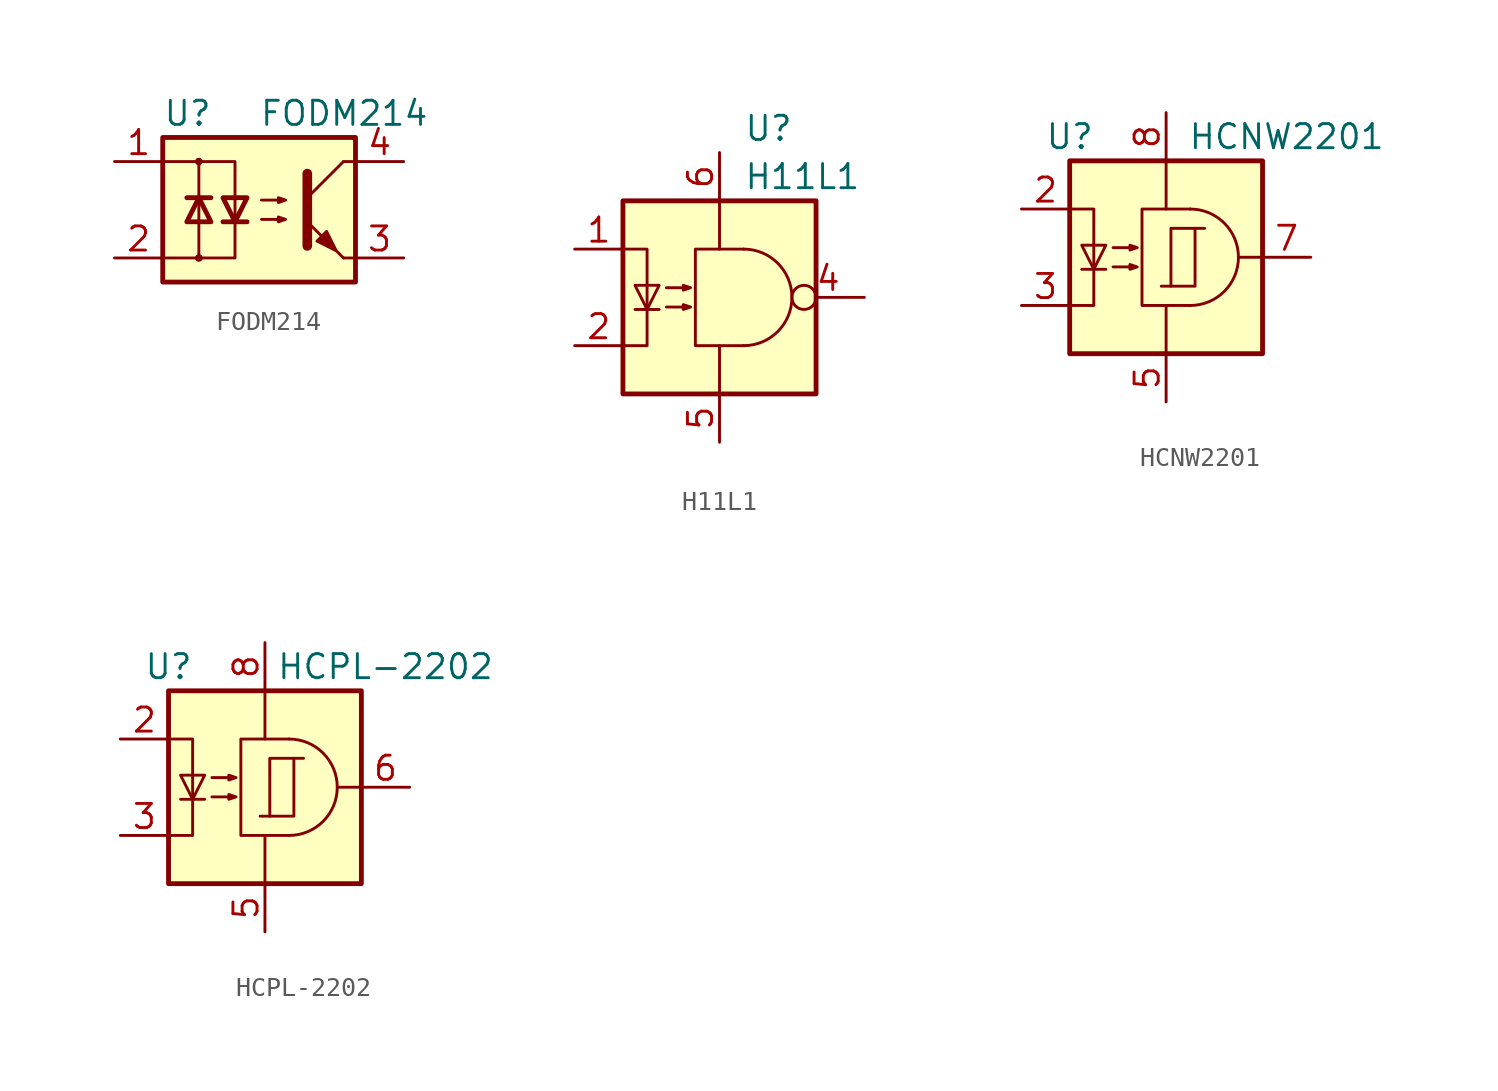
<source format=kicad_sym>
(kicad_symbol_lib
  (version 20220914)
  (generator kicad_symbol_editor)
  (symbol "FODM214"
    (property "Reference" "U"
      (at -5.08 5.08 0)
      (effects (font (size 1.27 1.27)) (justify left)))
    (property "Value" "FODM214"
      (at 0 5.08 0)
      (effects (font (size 1.27 1.27)) (justify left)))
    (symbol "FODM214_0_1"
      (rectangle (start -5.08 3.81) (end 5.08 -3.81) (stroke (width 0.254) (type default)) (fill (type background)))
      (circle (center -3.175 -2.54) (radius 0.127) (stroke (width 0) (type default)) (fill (type none)))
      (circle (center -3.175 2.54) (radius 0.127) (stroke (width 0) (type default)) (fill (type none)))
      (polyline (pts (xy -3.81 0.635) (xy -2.54 0.635)) (stroke (width 0.254) (type default)) (fill (type none)))
      (polyline (pts (xy -3.175 -0.635) (xy -3.175 -2.54)) (stroke (width 0) (type default)) (fill (type none)))
      (polyline (pts (xy -3.175 -0.635) (xy -3.175 2.54)) (stroke (width 0) (type default)) (fill (type none)))
      (polyline (pts (xy -1.905 -0.635) (xy -0.635 -0.635)) (stroke (width 0.254) (type default)) (fill (type none)))
      (polyline (pts (xy 2.54 0.635) (xy 4.445 2.54)) (stroke (width 0) (type default)) (fill (type none)))
      (polyline (pts (xy 4.445 -2.54) (xy 2.54 -0.635)) (stroke (width 0) (type default)) (fill (type outline)))
      (polyline (pts (xy 4.445 -2.54) (xy 5.08 -2.54)) (stroke (width 0) (type default)) (fill (type none)))
      (polyline (pts (xy 4.445 2.54) (xy 5.08 2.54)) (stroke (width 0) (type default)) (fill (type none)))
      (polyline (pts (xy -5.08 2.54) (xy -1.27 2.54) (xy -1.27 -0.635)) (stroke (width 0) (type default)) (fill (type none)))
      (polyline (pts (xy -1.27 -0.635) (xy -1.27 -2.54) (xy -5.08 -2.54)) (stroke (width 0) (type default)) (fill (type none)))
      (polyline (pts (xy 2.54 1.905) (xy 2.54 -1.905) (xy 2.54 -1.905)) (stroke (width 0.508) (type default)) (fill (type none)))
      (polyline (pts (xy -3.175 0.635) (xy -3.81 -0.635) (xy -2.54 -0.635) (xy -3.175 0.635)) (stroke (width 0.254) (type default)) (fill (type none)))
      (polyline (pts (xy -1.27 -0.635) (xy -1.905 0.635) (xy -0.635 0.635) (xy -1.27 -0.635)) (stroke (width 0.254) (type default)) (fill (type none)))
      (polyline (pts (xy 0.127 -0.508) (xy 1.397 -0.508) (xy 1.016 -0.635) (xy 1.016 -0.381) (xy 1.397 -0.508)) (stroke (width 0) (type default)) (fill (type none)))
      (polyline (pts (xy 0.127 0.508) (xy 1.397 0.508) (xy 1.016 0.381) (xy 1.016 0.635) (xy 1.397 0.508)) (stroke (width 0) (type default)) (fill (type none)))
      (polyline (pts (xy 3.048 -1.651) (xy 3.556 -1.143) (xy 4.064 -2.159) (xy 3.048 -1.651) (xy 3.048 -1.651)) (stroke (width 0) (type default)) (fill (type outline))))
    (symbol "FODM214_1_1"
      (pin passive line (at -7.62 2.54 0) (length 2.54) (name "~" (effects (font (size 1.27 1.27)))) (number "1" (effects (font (size 1.27 1.27)))))
      (pin passive line (at -7.62 -2.54 0) (length 2.54) (name "~" (effects (font (size 1.27 1.27)))) (number "2" (effects (font (size 1.27 1.27)))))
      (pin passive line (at 7.62 -2.54 180) (length 2.54) (name "~" (effects (font (size 1.27 1.27)))) (number "3" (effects (font (size 1.27 1.27)))))
      (pin passive line (at 7.62 2.54 180) (length 2.54) (name "~" (effects (font (size 1.27 1.27)))) (number "4" (effects (font (size 1.27 1.27)))))))
  (symbol "H11L1"
    (pin_names
      (offset 1.016))
    (property "Reference" "U"
      (at 1.27 8.89 0)
      (effects (font (size 1.27 1.27)) (justify left)))
    (property "Value" "H11L1"
      (at 1.27 6.35 0)
      (effects (font (size 1.27 1.27)) (justify left)))
    (symbol "H11L1_0_1"
      (rectangle (start -5.08 5.08) (end 5.08 -5.08) (stroke (width 0.254) (type default)) (fill (type background)))
      (polyline (pts (xy -4.445 -0.635) (xy -3.175 -0.635)) (stroke (width 0) (type default)) (fill (type none)))
      (polyline (pts (xy 0 2.54) (xy 0 5.08)) (stroke (width 0) (type default)) (fill (type none)))
      (polyline (pts (xy 0 -2.54) (xy 0 -5.08) (xy 0 -3.81)) (stroke (width 0) (type default)) (fill (type none)))
      (polyline (pts (xy -5.08 -2.54) (xy -3.81 -2.54) (xy -3.81 2.54) (xy -5.08 2.54)) (stroke (width 0) (type default)) (fill (type none)))
      (polyline (pts (xy -3.81 -0.635) (xy -4.445 0.635) (xy -3.175 0.635) (xy -3.81 -0.635)) (stroke (width 0) (type default)) (fill (type none)))
      (polyline (pts (xy 1.27 -2.54) (xy -1.27 -2.54) (xy -1.27 2.54) (xy 1.27 2.54)) (stroke (width 0) (type default)) (fill (type none)))
      (polyline (pts (xy -2.794 -0.508) (xy -1.524 -0.508) (xy -1.905 -0.635) (xy -1.905 -0.381) (xy -1.524 -0.508)) (stroke (width 0) (type default)) (fill (type none)))
      (polyline (pts (xy -2.794 0.508) (xy -1.524 0.508) (xy -1.905 0.381) (xy -1.905 0.635) (xy -1.524 0.508)) (stroke (width 0) (type default)) (fill (type none)))
      (arc (start 1.27 -2.54) (mid 3.799 0) (end 1.27 2.54) (stroke (width 0) (type default)) (fill (type none))))
    (symbol "H11L1_1_1"
      (pin passive line (at -7.62 2.54 0) (length 2.54) (name "~" (effects (font (size 1.27 1.27)))) (number "1" (effects (font (size 1.27 1.27)))))
      (pin passive line (at -7.62 -2.54 0) (length 2.54) (name "~" (effects (font (size 1.27 1.27)))) (number "2" (effects (font (size 1.27 1.27)))))
      (pin no_connect line (at -5.08 0 0) (length 2.54) hide (name "~" (effects (font (size 1.27 1.27)))) (number "3" (effects (font (size 1.27 1.27)))))
      (pin output inverted (at 7.62 0 180) (length 3.81) (name "~" (effects (font (size 1.27 1.27)))) (number "4" (effects (font (size 1.27 1.27)))))
      (pin power_in line (at 0 -7.62 90) (length 2.54) (name "~" (effects (font (size 1.27 1.27)))) (number "5" (effects (font (size 1.27 1.27)))))
      (pin power_in line (at 0 7.62 270) (length 2.54) (name "~" (effects (font (size 1.27 1.27)))) (number "6" (effects (font (size 1.27 1.27)))))))
  (symbol "HCNW2201"
    (property "Reference" "U"
      (at -5.08 6.35 0)
      (effects (font (size 1.27 1.27))))
    (property "Value" "HCNW2201"
      (at 6.35 6.35 0)
      (effects (font (size 1.27 1.27))))
    (symbol "HCNW2201_0_1"
      (polyline (pts (xy 5.08 0) (xy 3.81 0)) (stroke (width 0) (type default)) (fill (type none))))
    (symbol "HCNW2201_1_1"
      (rectangle (start -5.08 5.08) (end 5.08 -5.08) (stroke (width 0.254) (type default)) (fill (type background)))
      (polyline (pts (xy -4.445 -0.635) (xy -3.175 -0.635)) (stroke (width 0) (type default)) (fill (type none)))
      (polyline (pts (xy 0 2.54) (xy 0 5.08)) (stroke (width 0) (type default)) (fill (type none)))
      (polyline (pts (xy 0.254 -1.524) (xy -0.254 -1.524)) (stroke (width 0) (type default)) (fill (type none)))
      (polyline (pts (xy 1.524 1.524) (xy 2.032 1.524)) (stroke (width 0) (type default)) (fill (type none)))
      (polyline (pts (xy 0 -2.54) (xy 0 -5.08) (xy 0 -3.81)) (stroke (width 0) (type default)) (fill (type none)))
      (polyline (pts (xy -5.08 -2.54) (xy -3.81 -2.54) (xy -3.81 2.54) (xy -5.08 2.54)) (stroke (width 0) (type default)) (fill (type none)))
      (polyline (pts (xy -3.81 -0.635) (xy -4.445 0.635) (xy -3.175 0.635) (xy -3.81 -0.635)) (stroke (width 0) (type default)) (fill (type none)))
      (polyline (pts (xy 1.27 -2.54) (xy -1.27 -2.54) (xy -1.27 2.54) (xy 1.27 2.54)) (stroke (width 0) (type default)) (fill (type none)))
      (polyline (pts (xy -2.794 -0.508) (xy -1.524 -0.508) (xy -1.905 -0.635) (xy -1.905 -0.381) (xy -1.524 -0.508)) (stroke (width 0) (type default)) (fill (type none)))
      (polyline (pts (xy -2.794 0.508) (xy -1.524 0.508) (xy -1.905 0.381) (xy -1.905 0.635) (xy -1.524 0.508)) (stroke (width 0) (type default)) (fill (type none)))
      (rectangle (start 0.254 1.524) (end 1.524 -1.524) (stroke (width 0) (type default)) (fill (type none)))
      (arc (start 1.27 -2.54) (mid 3.799 0) (end 1.27 2.54) (stroke (width 0) (type default)) (fill (type none)))
      (pin no_connect line (at -5.08 0 0) (length 2.54) hide (name "~" (effects (font (size 1.27 1.27)))) (number "1" (effects (font (size 1.27 1.27)))))
      (pin passive line (at -7.62 2.54 0) (length 2.54) (name "~" (effects (font (size 1.27 1.27)))) (number "2" (effects (font (size 1.27 1.27)))))
      (pin passive line (at -7.62 -2.54 0) (length 2.54) (name "~" (effects (font (size 1.27 1.27)))) (number "3" (effects (font (size 1.27 1.27)))))
      (pin no_connect line (at -5.08 -5.08 0) (length 2.54) hide (name "~" (effects (font (size 1.27 1.27)))) (number "4" (effects (font (size 1.27 1.27)))))
      (pin power_in line (at 0 -7.62 90) (length 2.54) (name "~" (effects (font (size 1.27 1.27)))) (number "5" (effects (font (size 1.27 1.27)))))
      (pin no_connect line (at 5.08 -2.54 180) (length 2.54) hide (name "~" (effects (font (size 1.27 1.27)))) (number "6" (effects (font (size 1.27 1.27)))))
      (pin output line (at 7.62 0 180) (length 2.54) (name "~" (effects (font (size 1.27 1.27)))) (number "7" (effects (font (size 1.27 1.27)))))
      (pin power_in line (at 0 7.62 270) (length 2.54) (name "~" (effects (font (size 1.27 1.27)))) (number "8" (effects (font (size 1.27 1.27)))))))
  (symbol "HCPL-2202"
    (property "Reference" "U"
      (at -5.08 6.35 0)
      (effects (font (size 1.27 1.27))))
    (property "Value" "HCPL-2202"
      (at 6.35 6.35 0)
      (effects (font (size 1.27 1.27))))
    (symbol "HCPL-2202_0_1"
      (polyline (pts (xy 5.08 0) (xy 3.81 0)) (stroke (width 0) (type default)) (fill (type none))))
    (symbol "HCPL-2202_1_1"
      (rectangle (start -5.08 5.08) (end 5.08 -5.08) (stroke (width 0.254) (type default)) (fill (type background)))
      (polyline (pts (xy -4.445 -0.635) (xy -3.175 -0.635)) (stroke (width 0) (type default)) (fill (type none)))
      (polyline (pts (xy 0 2.54) (xy 0 5.08)) (stroke (width 0) (type default)) (fill (type none)))
      (polyline (pts (xy 0.254 -1.524) (xy -0.254 -1.524)) (stroke (width 0) (type default)) (fill (type none)))
      (polyline (pts (xy 1.524 1.524) (xy 2.032 1.524)) (stroke (width 0) (type default)) (fill (type none)))
      (polyline (pts (xy 0 -2.54) (xy 0 -5.08) (xy 0 -3.81)) (stroke (width 0) (type default)) (fill (type none)))
      (polyline (pts (xy -5.08 -2.54) (xy -3.81 -2.54) (xy -3.81 2.54) (xy -5.08 2.54)) (stroke (width 0) (type default)) (fill (type none)))
      (polyline (pts (xy -3.81 -0.635) (xy -4.445 0.635) (xy -3.175 0.635) (xy -3.81 -0.635)) (stroke (width 0) (type default)) (fill (type none)))
      (polyline (pts (xy 1.27 -2.54) (xy -1.27 -2.54) (xy -1.27 2.54) (xy 1.27 2.54)) (stroke (width 0) (type default)) (fill (type none)))
      (polyline (pts (xy -2.794 -0.508) (xy -1.524 -0.508) (xy -1.905 -0.635) (xy -1.905 -0.381) (xy -1.524 -0.508)) (stroke (width 0) (type default)) (fill (type none)))
      (polyline (pts (xy -2.794 0.508) (xy -1.524 0.508) (xy -1.905 0.381) (xy -1.905 0.635) (xy -1.524 0.508)) (stroke (width 0) (type default)) (fill (type none)))
      (rectangle (start 0.254 1.524) (end 1.524 -1.524) (stroke (width 0) (type default)) (fill (type none)))
      (arc (start 1.27 -2.54) (mid 3.799 0) (end 1.27 2.54) (stroke (width 0) (type default)) (fill (type none)))
      (pin no_connect line (at -5.08 0 0) (length 2.54) hide (name "~" (effects (font (size 1.27 1.27)))) (number "1" (effects (font (size 1.27 1.27)))))
      (pin passive line (at -7.62 2.54 0) (length 2.54) (name "~" (effects (font (size 1.27 1.27)))) (number "2" (effects (font (size 1.27 1.27)))))
      (pin passive line (at -7.62 -2.54 0) (length 2.54) (name "~" (effects (font (size 1.27 1.27)))) (number "3" (effects (font (size 1.27 1.27)))))
      (pin no_connect line (at -5.08 -5.08 0) (length 2.54) hide (name "~" (effects (font (size 1.27 1.27)))) (number "4" (effects (font (size 1.27 1.27)))))
      (pin power_in line (at 0 -7.62 90) (length 2.54) (name "~" (effects (font (size 1.27 1.27)))) (number "5" (effects (font (size 1.27 1.27)))))
      (pin output line (at 7.62 0 180) (length 2.54) (name "~" (effects (font (size 1.27 1.27)))) (number "6" (effects (font (size 1.27 1.27)))))
      (pin no_connect line (at 5.08 -2.54 180) (length 2.54) hide (name "~" (effects (font (size 1.27 1.27)))) (number "7" (effects (font (size 1.27 1.27)))))
      (pin power_in line (at 0 7.62 270) (length 2.54) (name "~" (effects (font (size 1.27 1.27)))) (number "8" (effects (font (size 1.27 1.27))))))))
</source>
